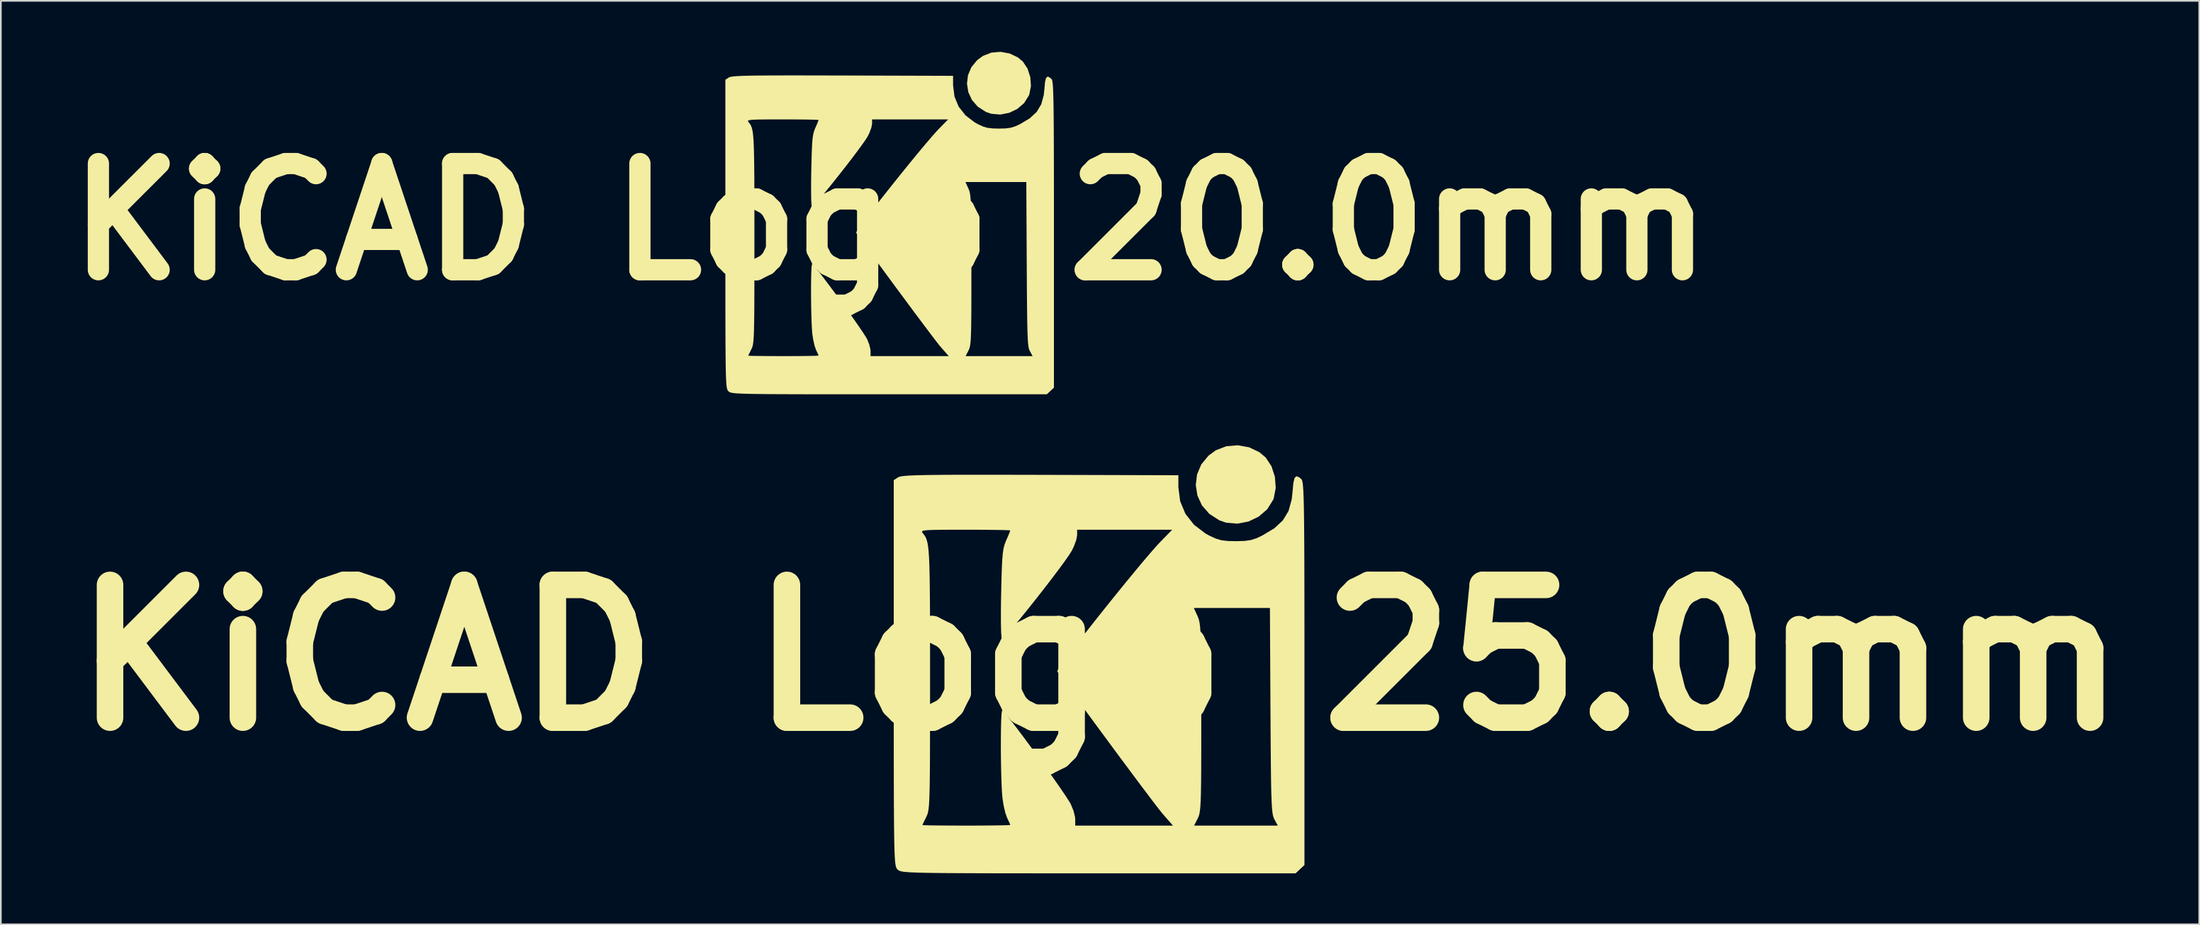
<source format=kicad_pcb>
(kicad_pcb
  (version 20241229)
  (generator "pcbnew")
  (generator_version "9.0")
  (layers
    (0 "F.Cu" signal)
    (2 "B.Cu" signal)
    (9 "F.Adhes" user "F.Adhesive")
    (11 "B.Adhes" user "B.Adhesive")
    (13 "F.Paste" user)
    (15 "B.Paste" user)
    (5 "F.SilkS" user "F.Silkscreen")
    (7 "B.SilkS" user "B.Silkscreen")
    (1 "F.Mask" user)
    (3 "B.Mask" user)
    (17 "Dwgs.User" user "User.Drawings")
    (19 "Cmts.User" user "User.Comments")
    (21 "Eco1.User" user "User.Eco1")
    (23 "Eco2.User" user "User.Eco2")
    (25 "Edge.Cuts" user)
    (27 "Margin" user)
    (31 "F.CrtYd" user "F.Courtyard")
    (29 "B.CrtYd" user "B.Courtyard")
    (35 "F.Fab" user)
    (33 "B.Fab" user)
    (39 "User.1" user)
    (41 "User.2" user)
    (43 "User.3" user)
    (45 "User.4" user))
  (footprint "KiCAD Logo 25.0mm"
    (layer "F.Cu")
    (at 61.622 35.638)
    (property "Reference" "KiCAD Logo 25.0mm" (at 0 0 180) (layer "F.SilkS") (effects (font (size 7.81 7.81) (thickness 1.56))))
    (attr board_only exclude_from_pos_files exclude_from_bom)
    (fp_poly (pts (xy 8.765 -12.372) (xy 9.37 -12.083) (xy 9.737 -11.773) (xy 10.078 -11.258) (xy 10.279 -10.634) (xy 10.327 -9.978) (xy 10.209 -9.366) (xy 10.179 -9.289) (xy 9.828 -8.729) (xy 9.327 -8.295) (xy 8.726 -8.007) (xy 8.072 -7.881) (xy 7.412 -7.938) (xy 7.019 -8.074) (xy 6.421 -8.459) (xy 5.988 -8.959) (xy 5.723 -9.537) (xy 5.627 -10.155) (xy 5.702 -10.776) (xy 5.95 -11.364) (xy 6.373 -11.88) (xy 6.803 -12.196) (xy 7.422 -12.436) (xy 8.096 -12.492)) (stroke (width 0) (type solid)) (fill yes) (layer "F.SilkS"))
    (fp_poly (pts (xy -5.877 -10.757) (xy -4.431 -10.754) (xy -3.506 -10.752) (xy 4.604 -10.729) (xy 4.604 -10.021) (xy 4.71 -9.198) (xy 5.019 -8.458) (xy 5.519 -7.82) (xy 6.201 -7.3) (xy 6.426 -7.177) (xy 6.803 -7.003) (xy 7.139 -6.904) (xy 7.526 -6.859) (xy 7.973 -6.85) (xy 8.479 -6.863) (xy 8.855 -6.914) (xy 9.194 -7.022) (xy 9.535 -7.182) (xy 10.241 -7.604) (xy 10.748 -8.075) (xy 11.082 -8.631) (xy 11.268 -9.31) (xy 11.32 -9.798) (xy 11.365 -10.291) (xy 11.44 -10.577) (xy 11.555 -10.673) (xy 11.725 -10.596) (xy 11.84 -10.492) (xy 11.869 -10.446) (xy 11.895 -10.361) (xy 11.917 -10.224) (xy 11.937 -10.023) (xy 11.954 -9.744) (xy 11.968 -9.374) (xy 11.98 -8.901) (xy 11.99 -8.312) (xy 11.998 -7.593) (xy 12.004 -6.733) (xy 12.009 -5.718) (xy 12.012 -4.535) (xy 12.014 -3.171) (xy 12.016 -1.614) (xy 12.016 0.15) (xy 12.016 0.943) (xy 12.016 12.202) (xy 11.756 12.446) (xy 11.496 12.69) (xy -0.091 12.69) (xy -1.958 12.69) (xy -3.612 12.69) (xy -5.068 12.689) (xy -6.339 12.687) (xy -7.436 12.684) (xy -8.375 12.68) (xy -9.167 12.675) (xy -9.825 12.667) (xy -10.363 12.658) (xy -10.793 12.646) (xy -11.129 12.632) (xy -11.384 12.615) (xy -11.57 12.595) (xy -11.7 12.571) (xy -11.789 12.544) (xy -11.848 12.514) (xy -11.89 12.479) (xy -11.904 12.466) (xy -11.941 12.425) (xy -11.973 12.373) (xy -12.001 12.296) (xy -12.026 12.181) (xy -12.047 12.015) (xy -12.065 11.785) (xy -12.081 11.476) (xy -12.093 11.077) (xy -12.103 10.575) (xy -12.111 9.955) (xy -12.117 9.205) (xy -12.122 8.311) (xy -12.125 7.261) (xy -12.127 6.041) (xy -12.128 4.639) (xy -12.129 3.04) (xy -12.129 1.233) (xy -12.129 0.901) (xy -12.129 -7.389) (xy -10.468 -7.389) (xy -10.427 -7.328) (xy -10.344 -7.224) (xy -10.273 -7.116) (xy -10.212 -6.986) (xy -10.161 -6.818) (xy -10.118 -6.596) (xy -10.084 -6.303) (xy -10.056 -5.924) (xy -10.035 -5.441) (xy -10.02 -4.838) (xy -10.009 -4.1) (xy -10.001 -3.209) (xy -9.997 -2.149) (xy -9.995 -0.905) (xy -9.995 0.541) (xy -9.995 1.217) (xy -9.995 2.722) (xy -9.996 4.019) (xy -9.998 5.125) (xy -10.001 6.056) (xy -10.007 6.828) (xy -10.015 7.459) (xy -10.026 7.964) (xy -10.04 8.361) (xy -10.058 8.665) (xy -10.081 8.894) (xy -10.108 9.064) (xy -10.14 9.191) (xy -10.179 9.292) (xy -10.219 9.377) (xy -10.355 9.651) (xy -10.435 9.824) (xy -10.444 9.85) (xy -10.337 9.859) (xy -10.037 9.868) (xy -9.574 9.874) (xy -8.982 9.879) (xy -8.29 9.882) (xy -7.861 9.883) (xy -7.126 9.881) (xy -6.473 9.876) (xy -5.932 9.869) (xy -5.535 9.861) (xy -5.314 9.85) (xy -5.278 9.844) (xy -5.323 9.728) (xy -5.434 9.492) (xy -5.461 9.438) (xy -5.568 9.137) (xy -5.668 8.708) (xy -5.737 8.27) (xy -5.768 7.898) (xy -5.793 7.393) (xy -5.812 6.792) (xy -5.825 6.134) (xy -5.832 5.456) (xy -5.832 4.799) (xy -5.826 4.199) (xy -5.813 3.695) (xy -5.793 3.325) (xy -5.767 3.127) (xy -5.755 3.106) (xy -5.669 3.178) (xy -5.474 3.407) (xy -5.189 3.767) (xy -4.833 4.231) (xy -4.427 4.771) (xy -3.99 5.363) (xy -3.541 5.977) (xy -3.1 6.589) (xy -2.687 7.171) (xy -2.32 7.697) (xy -2.02 8.139) (xy -1.806 8.471) (xy -1.716 8.629) (xy -1.562 9.01) (xy -1.47 9.382) (xy -1.46 9.509) (xy -1.46 9.883) (xy 1.413 9.883) (xy 4.286 9.883) (xy 3.672 9.181) (xy 3.514 8.985) (xy 3.241 8.632) (xy 2.872 8.145) (xy 2.424 7.55) (xy 1.917 6.871) (xy 1.367 6.132) (xy 0.792 5.357) (xy 0.212 4.57) (xy -0.358 3.797) (xy -0.898 3.06) (xy -1.39 2.385) (xy -1.817 1.796) (xy -2.161 1.317) (xy -2.403 0.973) (xy -2.517 0.802) (xy -2.466 0.69) (xy -2.289 0.427) (xy -2.003 0.035) (xy -1.626 -0.466) (xy -1.175 -1.052) (xy -0.667 -1.703) (xy -0.119 -2.397) (xy 0.298 -2.92) (xy 5.514 -2.92) (xy 5.73 -2.443) (xy 5.78 -2.323) (xy 5.821 -2.189) (xy 5.855 -2.02) (xy 5.883 -1.795) (xy 5.904 -1.495) (xy 5.92 -1.099) (xy 5.932 -0.588) (xy 5.94 0.06) (xy 5.945 0.864) (xy 5.948 1.843) (xy 5.949 3.02) (xy 5.95 3.542) (xy 5.95 4.801) (xy 5.948 5.856) (xy 5.945 6.726) (xy 5.939 7.431) (xy 5.929 7.991) (xy 5.915 8.426) (xy 5.897 8.757) (xy 5.872 9.002) (xy 5.842 9.183) (xy 5.804 9.318) (xy 5.758 9.428) (xy 5.74 9.466) (xy 5.527 9.883) (xy 7.988 9.883) (xy 10.45 9.883) (xy 10.25 9.518) (xy 10.207 9.423) (xy 10.169 9.301) (xy 10.138 9.133) (xy 10.112 8.9) (xy 10.091 8.583) (xy 10.074 8.164) (xy 10.059 7.624) (xy 10.048 6.944) (xy 10.039 6.106) (xy 10.03 5.092) (xy 10.023 3.881) (xy 10.018 3.116) (xy 9.986 -2.92) (xy 7.75 -2.92) (xy 5.514 -2.92) (xy 0.298 -2.92) (xy 0.451 -3.112) (xy 1.026 -3.826) (xy 1.588 -4.517) (xy 2.122 -5.165) (xy 2.608 -5.747) (xy 3.03 -6.241) (xy 3.371 -6.626) (xy 3.552 -6.819) (xy 4.241 -7.524) (xy 1.447 -7.524) (xy -1.348 -7.524) (xy -1.348 -7.2) (xy -1.401 -6.92) (xy -1.537 -6.549) (xy -1.656 -6.3) (xy -1.812 -6.049) (xy -2.071 -5.677) (xy -2.413 -5.21) (xy -2.816 -4.675) (xy -3.259 -4.099) (xy -3.722 -3.506) (xy -4.184 -2.925) (xy -4.624 -2.38) (xy -5.022 -1.9) (xy -5.355 -1.509) (xy -5.604 -1.234) (xy -5.748 -1.103) (xy -5.771 -1.096) (xy -5.798 -1.222) (xy -5.817 -1.542) (xy -5.828 -2.026) (xy -5.83 -2.645) (xy -5.823 -3.369) (xy -5.815 -3.754) (xy -5.796 -4.6) (xy -5.775 -5.256) (xy -5.75 -5.753) (xy -5.719 -6.126) (xy -5.677 -6.406) (xy -5.622 -6.628) (xy -5.55 -6.824) (xy -5.519 -6.896) (xy -5.384 -7.208) (xy -5.297 -7.424) (xy -5.278 -7.482) (xy -5.385 -7.494) (xy -5.686 -7.505) (xy -6.15 -7.513) (xy -6.745 -7.52) (xy -7.442 -7.524) (xy -7.935 -7.524) (xy -8.772 -7.523) (xy -9.41 -7.52) (xy -9.873 -7.511) (xy -10.185 -7.496) (xy -10.372 -7.471) (xy -10.458 -7.437) (xy -10.468 -7.389) (xy -12.129 -7.389) (xy -12.129 -10.439) (xy -11.873 -10.607) (xy -11.8 -10.639) (xy -11.679 -10.667) (xy -11.493 -10.69) (xy -11.228 -10.71) (xy -10.869 -10.726) (xy -10.399 -10.738) (xy -9.805 -10.747) (xy -9.071 -10.754) (xy -8.182 -10.757) (xy -7.122 -10.758)) (stroke (width 0) (type solid)) (fill yes) (layer "F.SilkS")))
  (footprint "KiCAD Logo 20.0mm"
    (layer "F.Cu")
    (at 49.297 9.994)
    (property "Reference" "KiCAD Logo 20.0mm" (at 0 0 180) (layer "F.SilkS") (effects (font (size 6.248 6.248) (thickness 1.248))))
    (attr board_only exclude_from_pos_files exclude_from_bom)
    (fp_poly (pts (xy 7.012 -9.897) (xy 7.496 -9.666) (xy 7.789 -9.418) (xy 8.062 -9.006) (xy 8.223 -8.507) (xy 8.262 -7.982) (xy 8.167 -7.493) (xy 8.143 -7.431) (xy 7.862 -6.983) (xy 7.462 -6.636) (xy 6.981 -6.405) (xy 6.457 -6.305) (xy 5.93 -6.351) (xy 5.615 -6.459) (xy 5.137 -6.767) (xy 4.79 -7.167) (xy 4.578 -7.629) (xy 4.501 -8.124) (xy 4.561 -8.621) (xy 4.76 -9.091) (xy 5.099 -9.504) (xy 5.442 -9.756) (xy 5.938 -9.949) (xy 6.477 -9.994)) (stroke (width 0) (type solid)) (fill yes) (layer "F.SilkS"))
    (fp_poly (pts (xy -4.701 -8.606) (xy -3.544 -8.603) (xy -2.805 -8.602) (xy 3.684 -8.583) (xy 3.684 -8.017) (xy 3.768 -7.358) (xy 4.015 -6.766) (xy 4.416 -6.256) (xy 4.961 -5.84) (xy 5.141 -5.741) (xy 5.442 -5.602) (xy 5.711 -5.523) (xy 6.021 -5.488) (xy 6.379 -5.48) (xy 6.784 -5.49) (xy 7.084 -5.531) (xy 7.355 -5.618) (xy 7.628 -5.745) (xy 8.193 -6.084) (xy 8.599 -6.46) (xy 8.866 -6.905) (xy 9.015 -7.448) (xy 9.056 -7.839) (xy 9.092 -8.233) (xy 9.152 -8.462) (xy 9.244 -8.539) (xy 9.38 -8.477) (xy 9.472 -8.394) (xy 9.495 -8.357) (xy 9.516 -8.289) (xy 9.534 -8.18) (xy 9.549 -8.018) (xy 9.563 -7.795) (xy 9.574 -7.499) (xy 9.584 -7.121) (xy 9.592 -6.65) (xy 9.598 -6.075) (xy 9.603 -5.386) (xy 9.607 -4.574) (xy 9.61 -3.628) (xy 9.612 -2.537) (xy 9.613 -1.291) (xy 9.613 0.12) (xy 9.613 0.754) (xy 9.613 9.761) (xy 9.405 9.957) (xy 9.197 10.152) (xy -0.073 10.152) (xy -1.566 10.152) (xy -2.89 10.152) (xy -4.055 10.151) (xy -5.071 10.15) (xy -5.949 10.147) (xy -6.7 10.144) (xy -7.333 10.14) (xy -7.86 10.134) (xy -8.29 10.126) (xy -8.635 10.117) (xy -8.903 10.105) (xy -9.107 10.092) (xy -9.256 10.076) (xy -9.36 10.057) (xy -9.431 10.036) (xy -9.478 10.011) (xy -9.512 9.983) (xy -9.523 9.972) (xy -9.552 9.94) (xy -9.578 9.899) (xy -9.601 9.837) (xy -9.621 9.745) (xy -9.638 9.612) (xy -9.652 9.428) (xy -9.665 9.181) (xy -9.675 8.862) (xy -9.683 8.46) (xy -9.689 7.964) (xy -9.694 7.364) (xy -9.698 6.649) (xy -9.7 5.809) (xy -9.702 4.833) (xy -9.702 3.711) (xy -9.703 2.432) (xy -9.703 0.986) (xy -9.703 0.721) (xy -9.703 -5.911) (xy -8.374 -5.911) (xy -8.342 -5.862) (xy -8.275 -5.78) (xy -8.218 -5.693) (xy -8.17 -5.589) (xy -8.129 -5.455) (xy -8.095 -5.277) (xy -8.067 -5.043) (xy -8.045 -4.739) (xy -8.028 -4.353) (xy -8.016 -3.871) (xy -8.007 -3.28) (xy -8.001 -2.567) (xy -7.998 -1.719) (xy -7.996 -0.724) (xy -7.996 0.433) (xy -7.996 0.973) (xy -7.996 2.178) (xy -7.997 3.215) (xy -7.998 4.1) (xy -8.001 4.845) (xy -8.005 5.463) (xy -8.012 5.967) (xy -8.021 6.371) (xy -8.032 6.689) (xy -8.047 6.932) (xy -8.065 7.115) (xy -8.086 7.251) (xy -8.112 7.353) (xy -8.143 7.434) (xy -8.176 7.502) (xy -8.284 7.72) (xy -8.348 7.859) (xy -8.355 7.88) (xy -8.27 7.888) (xy -8.029 7.894) (xy -7.66 7.899) (xy -7.185 7.903) (xy -6.632 7.906) (xy -6.289 7.906) (xy -5.701 7.905) (xy -5.178 7.901) (xy -4.746 7.896) (xy -4.428 7.888) (xy -4.251 7.88) (xy -4.223 7.875) (xy -4.259 7.782) (xy -4.347 7.594) (xy -4.369 7.551) (xy -4.454 7.31) (xy -4.534 6.966) (xy -4.589 6.616) (xy -4.614 6.319) (xy -4.634 5.914) (xy -4.65 5.433) (xy -4.66 4.907) (xy -4.666 4.365) (xy -4.666 3.839) (xy -4.661 3.359) (xy -4.651 2.956) (xy -4.635 2.66) (xy -4.613 2.502) (xy -4.604 2.485) (xy -4.535 2.542) (xy -4.379 2.726) (xy -4.151 3.014) (xy -3.867 3.385) (xy -3.542 3.817) (xy -3.192 4.29) (xy -2.833 4.782) (xy -2.48 5.271) (xy -2.149 5.737) (xy -1.856 6.157) (xy -1.616 6.511) (xy -1.445 6.777) (xy -1.373 6.903) (xy -1.249 7.208) (xy -1.176 7.505) (xy -1.168 7.607) (xy -1.168 7.906) (xy 1.131 7.906) (xy 3.429 7.906) (xy 2.938 7.345) (xy 2.811 7.188) (xy 2.593 6.905) (xy 2.297 6.516) (xy 1.94 6.04) (xy 1.533 5.497) (xy 1.093 4.905) (xy 0.634 4.285) (xy 0.169 3.656) (xy -0.286 3.037) (xy -0.718 2.448) (xy -1.112 1.908) (xy -1.454 1.437) (xy -1.729 1.054) (xy -1.922 0.778) (xy -2.014 0.642) (xy -1.973 0.552) (xy -1.831 0.342) (xy -1.603 0.028) (xy -1.301 -0.372) (xy -0.94 -0.842) (xy -0.534 -1.362) (xy -0.095 -1.917) (xy 0.238 -2.336) (xy 4.411 -2.336) (xy 4.584 -1.954) (xy 4.624 -1.859) (xy 4.657 -1.751) (xy 4.684 -1.616) (xy 4.706 -1.436) (xy 4.723 -1.196) (xy 4.736 -0.879) (xy 4.746 -0.47) (xy 4.752 0.048) (xy 4.756 0.691) (xy 4.758 1.475) (xy 4.759 2.416) (xy 4.76 2.833) (xy 4.76 3.841) (xy 4.759 4.685) (xy 4.756 5.38) (xy 4.751 5.945) (xy 4.743 6.393) (xy 4.732 6.741) (xy 4.717 7.005) (xy 4.698 7.202) (xy 4.673 7.346) (xy 4.643 7.454) (xy 4.607 7.542) (xy 4.592 7.573) (xy 4.422 7.906) (xy 6.391 7.906) (xy 8.36 7.906) (xy 8.2 7.614) (xy 8.165 7.539) (xy 8.135 7.441) (xy 8.11 7.306) (xy 8.09 7.12) (xy 8.073 6.866) (xy 8.059 6.531) (xy 8.048 6.099) (xy 8.038 5.555) (xy 8.031 4.885) (xy 8.024 4.073) (xy 8.018 3.105) (xy 8.015 2.493) (xy 7.989 -2.336) (xy 6.2 -2.336) (xy 4.411 -2.336) (xy 0.238 -2.336) (xy 0.361 -2.489) (xy 0.821 -3.06) (xy 1.271 -3.614) (xy 1.697 -4.132) (xy 2.086 -4.597) (xy 2.424 -4.993) (xy 2.697 -5.301) (xy 2.842 -5.456) (xy 3.393 -6.019) (xy 1.157 -6.019) (xy -1.078 -6.019) (xy -1.078 -5.76) (xy -1.12 -5.536) (xy -1.229 -5.239) (xy -1.325 -5.04) (xy -1.45 -4.839) (xy -1.657 -4.542) (xy -1.93 -4.168) (xy -2.252 -3.74) (xy -2.607 -3.279) (xy -2.978 -2.805) (xy -3.347 -2.34) (xy -3.699 -1.904) (xy -4.017 -1.52) (xy -4.284 -1.207) (xy -4.483 -0.988) (xy -4.598 -0.882) (xy -4.617 -0.877) (xy -4.638 -0.977) (xy -4.654 -1.233) (xy -4.662 -1.621) (xy -4.664 -2.116) (xy -4.658 -2.695) (xy -4.652 -3.003) (xy -4.636 -3.68) (xy -4.62 -4.205) (xy -4.6 -4.603) (xy -4.575 -4.9) (xy -4.541 -5.125) (xy -4.497 -5.302) (xy -4.44 -5.46) (xy -4.415 -5.517) (xy -4.307 -5.767) (xy -4.237 -5.939) (xy -4.223 -5.986) (xy -4.308 -5.995) (xy -4.549 -6.004) (xy -4.92 -6.011) (xy -5.396 -6.016) (xy -5.953 -6.019) (xy -6.348 -6.019) (xy -7.018 -6.019) (xy -7.528 -6.016) (xy -7.898 -6.009) (xy -8.148 -5.997) (xy -8.297 -5.977) (xy -8.366 -5.949) (xy -8.374 -5.911) (xy -9.703 -5.911) (xy -9.703 -8.351) (xy -9.498 -8.485) (xy -9.44 -8.511) (xy -9.343 -8.533) (xy -9.195 -8.552) (xy -8.983 -8.568) (xy -8.695 -8.581) (xy -8.32 -8.591) (xy -7.844 -8.598) (xy -7.257 -8.603) (xy -6.545 -8.606) (xy -5.698 -8.607)) (stroke (width 0) (type solid)) (fill yes) (layer "F.SilkS")))
  (gr_rect
    (start -3 -3)
    (end 126.243 51.328)
    (stroke (width 0.1) (type default))
    (fill no)
    (layer "Edge.Cuts")))
</source>
